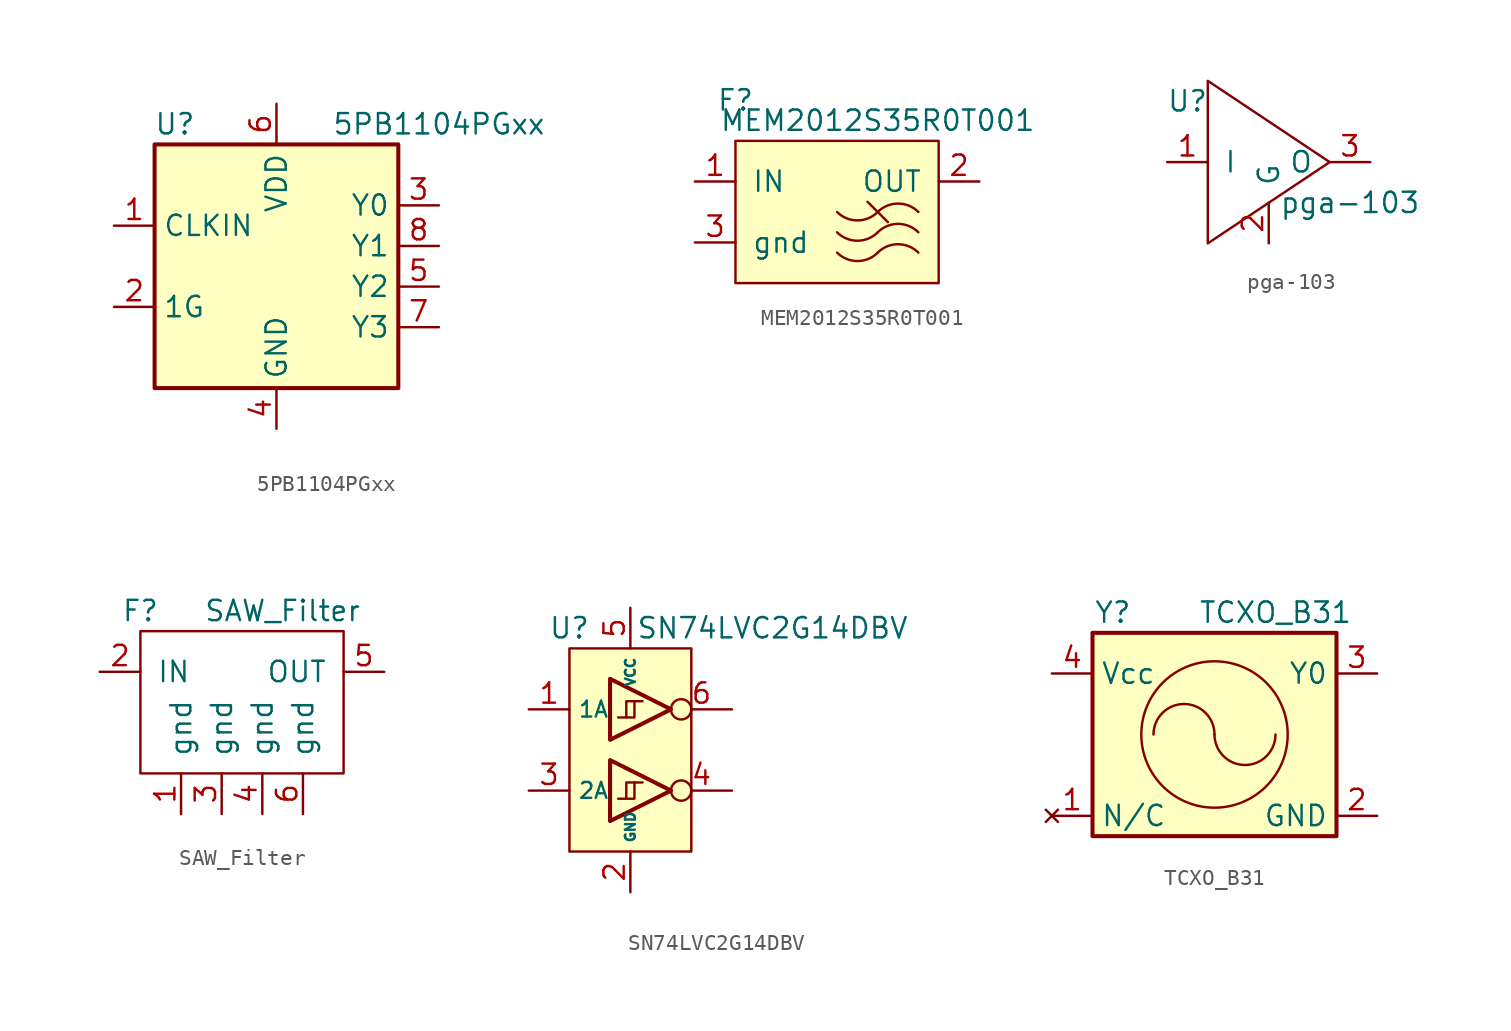
<source format=kicad_sym>
(kicad_symbol_lib
  (version 20211014)
  (generator kicad_symbol_editor)
  (symbol "5PB1104PGxx"
    (property "Reference" "U"
      (at -6.35 13.97 0)
      (effects (font (size 1.27 1.27))))
    (property "Value" "5PB1104PGxx"
      (at 10.16 13.97 0)
      (effects (font (size 1.27 1.27))))
    (symbol "5PB1104PGxx_0_1"
      (rectangle (start -7.62 12.7) (end 7.62 -2.54) (stroke (width 0.254) (type default) (color 0 0 0 0)) (fill (type background))))
    (symbol "5PB1104PGxx_1_1"
      (pin input line (at -10.16 7.62 0) (length 2.54) (name "CLKIN" (effects (font (size 1.27 1.27)))) (number "1" (effects (font (size 1.27 1.27)))))
      (pin input line (at -10.16 2.54 0) (length 2.54) (name "1G" (effects (font (size 1.27 1.27)))) (number "2" (effects (font (size 1.27 1.27)))))
      (pin output line (at 10.16 8.89 180) (length 2.54) (name "Y0" (effects (font (size 1.27 1.27)))) (number "3" (effects (font (size 1.27 1.27)))))
      (pin power_in line (at 0 -5.08 90) (length 2.54) (name "GND" (effects (font (size 1.27 1.27)))) (number "4" (effects (font (size 1.27 1.27)))))
      (pin output line (at 10.16 3.81 180) (length 2.54) (name "Y2" (effects (font (size 1.27 1.27)))) (number "5" (effects (font (size 1.27 1.27)))))
      (pin power_in line (at 0 15.24 270) (length 2.54) (name "VDD" (effects (font (size 1.27 1.27)))) (number "6" (effects (font (size 1.27 1.27)))))
      (pin output line (at 10.16 1.27 180) (length 2.54) (name "Y3" (effects (font (size 1.27 1.27)))) (number "7" (effects (font (size 1.27 1.27)))))
      (pin output line (at 10.16 6.35 180) (length 2.54) (name "Y1" (effects (font (size 1.27 1.27)))) (number "8" (effects (font (size 1.27 1.27)))))))
  (symbol "MEM2012S35R0T001"
    (pin_names
      (offset 1.016))
    (property "Reference" "F"
      (at -6.35 3.81 0)
      (effects (font (size 1.27 1.27))))
    (property "Value" "MEM2012S35R0T001"
      (at 2.54 2.54 0)
      (effects (font (size 1.27 1.27))))
    (symbol "MEM2012S35R0T001_0_1"
      (rectangle (start -6.35 1.27) (end 6.35 -7.62) (stroke (width 0) (type default) (color 0 0 0 0)) (fill (type background)))
      (arc (start 0 -5.715) (mid 1.27 -6.2411) (end 2.54 -5.715) (stroke (width 0) (type default) (color 0 0 0 0)) (fill (type none)))
      (arc (start 0 -4.445) (mid 1.27 -4.9711) (end 2.54 -4.445) (stroke (width 0) (type default) (color 0 0 0 0)) (fill (type none)))
      (arc (start 0 -3.175) (mid 1.27 -3.7011) (end 2.54 -3.175) (stroke (width 0) (type default) (color 0 0 0 0)) (fill (type none)))
      (polyline (pts (xy 1.905 -2.54) (xy 3.175 -3.81)) (stroke (width 0) (type default) (color 0 0 0 0)) (fill (type none)))
      (arc (start 5.08 -5.715) (mid 3.81 -5.1889) (end 2.54 -5.715) (stroke (width 0) (type default) (color 0 0 0 0)) (fill (type none)))
      (arc (start 5.08 -4.445) (mid 3.81 -3.9189) (end 2.54 -4.445) (stroke (width 0) (type default) (color 0 0 0 0)) (fill (type none)))
      (arc (start 5.08 -3.175) (mid 3.81 -2.6489) (end 2.54 -3.175) (stroke (width 0) (type default) (color 0 0 0 0)) (fill (type none))))
    (symbol "MEM2012S35R0T001_1_1"
      (pin input line (at -8.89 -1.27 0) (length 2.54) (name "IN" (effects (font (size 1.27 1.27)))) (number "1" (effects (font (size 1.27 1.27)))))
      (pin output line (at 8.89 -1.27 180) (length 2.54) (name "OUT" (effects (font (size 1.27 1.27)))) (number "2" (effects (font (size 1.27 1.27)))))
      (pin passive line (at -8.89 -5.08 0) (length 2.54) (name "gnd" (effects (font (size 1.27 1.27)))) (number "3" (effects (font (size 1.27 1.27)))))))
  (symbol "pga-103"
    (pin_names
      (offset 1.016))
    (property "Reference" "U"
      (at -5.08 3.81 0)
      (effects (font (size 1.27 1.27))))
    (property "Value" "pga-103"
      (at 5.08 -2.54 0)
      (effects (font (size 1.27 1.27))))
    (symbol "pga-103_0_1"
      (polyline (pts (xy -3.81 5.08) (xy -3.81 -5.08) (xy 3.81 0) (xy -3.81 5.08)) (stroke (width 0) (type default) (color 0 0 0 0)) (fill (type none))))
    (symbol "pga-103_1_1"
      (pin input line (at -6.35 0 0) (length 2.54) (name "I" (effects (font (size 1.27 1.27)))) (number "1" (effects (font (size 1.27 1.27)))))
      (pin power_out line (at 0 -5.08 90) (length 2.54) (name "G" (effects (font (size 1.27 1.27)))) (number "2" (effects (font (size 1.27 1.27)))))
      (pin output line (at 6.35 0 180) (length 2.54) (name "O" (effects (font (size 1.27 1.27)))) (number "3" (effects (font (size 1.27 1.27)))))))
  (symbol "SAW_Filter"
    (pin_names
      (offset 1.016))
    (property "Reference" "F"
      (at -6.35 2.54 0)
      (effects (font (size 1.27 1.27))))
    (property "Value" "SAW_Filter"
      (at 2.54 2.54 0)
      (effects (font (size 1.27 1.27))))
    (symbol "SAW_Filter_0_1"
      (rectangle (start -6.35 1.27) (end 6.35 -7.62) (stroke (width 0) (type default) (color 0 0 0 0)) (fill (type none))))
    (symbol "SAW_Filter_1_1"
      (pin passive line (at -3.81 -10.16 90) (length 2.54) (name "gnd" (effects (font (size 1.27 1.27)))) (number "1" (effects (font (size 1.27 1.27)))))
      (pin input line (at -8.89 -1.27 0) (length 2.54) (name "IN" (effects (font (size 1.27 1.27)))) (number "2" (effects (font (size 1.27 1.27)))))
      (pin passive line (at -1.27 -10.16 90) (length 2.54) (name "gnd" (effects (font (size 1.27 1.27)))) (number "3" (effects (font (size 1.27 1.27)))))
      (pin passive line (at 1.27 -10.16 90) (length 2.54) (name "gnd" (effects (font (size 1.27 1.27)))) (number "4" (effects (font (size 1.27 1.27)))))
      (pin output line (at 8.89 -1.27 180) (length 2.54) (name "OUT" (effects (font (size 1.27 1.27)))) (number "5" (effects (font (size 1.27 1.27)))))
      (pin passive line (at 3.81 -10.16 90) (length 2.54) (name "gnd" (effects (font (size 1.27 1.27)))) (number "6" (effects (font (size 1.27 1.27)))))))
  (symbol "SN74LVC2G14DBV"
    (property "Reference" "U"
      (at -3.81 7.62 0)
      (effects (font (size 1.27 1.27))))
    (property "Value" "SN74LVC2G14DBV"
      (at 8.89 7.62 0)
      (effects (font (size 1.27 1.27))))
    (symbol "SN74LVC2G14DBV_0_1"
      (rectangle (start -3.81 -6.35) (end 3.81 6.35) (stroke (width 0) (type default) (color 0 0 0 0)) (fill (type background)))
      (polyline (pts (xy 0.254 3.048) (xy 0.762 3.048)) (stroke (width 0) (type default) (color 0 0 0 0)) (fill (type none)))
      (polyline (pts (xy -1.27 4.445) (xy -1.27 0.635) (xy 2.54 2.54) (xy -1.27 4.445)) (stroke (width 0.254) (type default) (color 0 0 0 0)) (fill (type background)))
      (polyline (pts (xy -0.254 2.032) (xy -0.254 3.048) (xy 0.254 3.048) (xy 0.254 2.032) (xy -0.762 2.032)) (stroke (width 0) (type default) (color 0 0 0 0)) (fill (type none))))
    (symbol "SN74LVC2G14DBV_1_1"
      (polyline (pts (xy 0.254 -2.032) (xy 0.762 -2.032)) (stroke (width 0) (type default) (color 0 0 0 0)) (fill (type none)))
      (polyline (pts (xy -1.27 -0.635) (xy -1.27 -4.445) (xy 2.54 -2.54) (xy -1.27 -0.635)) (stroke (width 0.254) (type default) (color 0 0 0 0)) (fill (type background)))
      (polyline (pts (xy -0.254 -3.048) (xy -0.254 -2.032) (xy 0.254 -2.032) (xy 0.254 -3.048) (xy -0.762 -3.048)) (stroke (width 0) (type default) (color 0 0 0 0)) (fill (type none)))
      (pin input line (at -6.35 2.54 0) (length 2.54) (name "1A" (effects (font (size 0.991 0.991)))) (number "1" (effects (font (size 1.27 1.27)))))
      (pin power_in line (at 0 -8.89 90) (length 2.54) (name "GND" (effects (font (size 0.61 0.61)))) (number "2" (effects (font (size 1.27 1.27)))))
      (pin input line (at -6.35 -2.54 0) (length 2.54) (name "2A" (effects (font (size 0.991 0.991)))) (number "3" (effects (font (size 1.27 1.27)))))
      (pin output inverted (at 6.35 -2.54 180) (length 3.81) (name "~" (effects (font (size 0.991 0.991)))) (number "4" (effects (font (size 1.27 1.27)))))
      (pin power_in line (at 0 8.89 270) (length 2.54) (name "VCC" (effects (font (size 0.61 0.61)))) (number "5" (effects (font (size 1.27 1.27)))))
      (pin output inverted (at 6.35 2.54 180) (length 3.81) (name "~" (effects (font (size 0.991 0.991)))) (number "6" (effects (font (size 1.27 1.27)))))))
  (symbol "TCXO_B31"
    (property "Reference" "Y"
      (at -6.35 7.62 0)
      (effects (font (size 1.27 1.27))))
    (property "Value" "TCXO_B31"
      (at 3.81 7.62 0)
      (effects (font (size 1.27 1.27))))
    (symbol "TCXO_B31_0_1"
      (rectangle (start -7.62 6.35) (end 7.62 -6.35) (stroke (width 0.254) (type default) (color 0 0 0 0)) (fill (type background)))
      (arc (start 0 0) (mid -1.905 1.905) (end -3.81 0) (stroke (width 0) (type default) (color 0 0 0 0)) (fill (type none)))
      (arc (start 0 0) (mid 1.905 -1.905) (end 3.81 0) (stroke (width 0) (type default) (color 0 0 0 0)) (fill (type none)))
      (circle (center 0 0) (radius 4.572) (stroke (width 0) (type default) (color 0 0 0 0)) (fill (type none))))
    (symbol "TCXO_B31_1_1"
      (pin no_connect line (at -10.16 -5.08 0) (length 2.54) (name "N/C" (effects (font (size 1.27 1.27)))) (number "1" (effects (font (size 1.27 1.27)))))
      (pin power_in line (at 10.16 -5.08 180) (length 2.54) (name "GND" (effects (font (size 1.27 1.27)))) (number "2" (effects (font (size 1.27 1.27)))))
      (pin output line (at 10.16 3.81 180) (length 2.54) (name "Y0" (effects (font (size 1.27 1.27)))) (number "3" (effects (font (size 1.27 1.27)))))
      (pin power_in line (at -10.16 3.81 0) (length 2.54) (name "Vcc" (effects (font (size 1.27 1.27)))) (number "4" (effects (font (size 1.27 1.27))))))))
</source>
